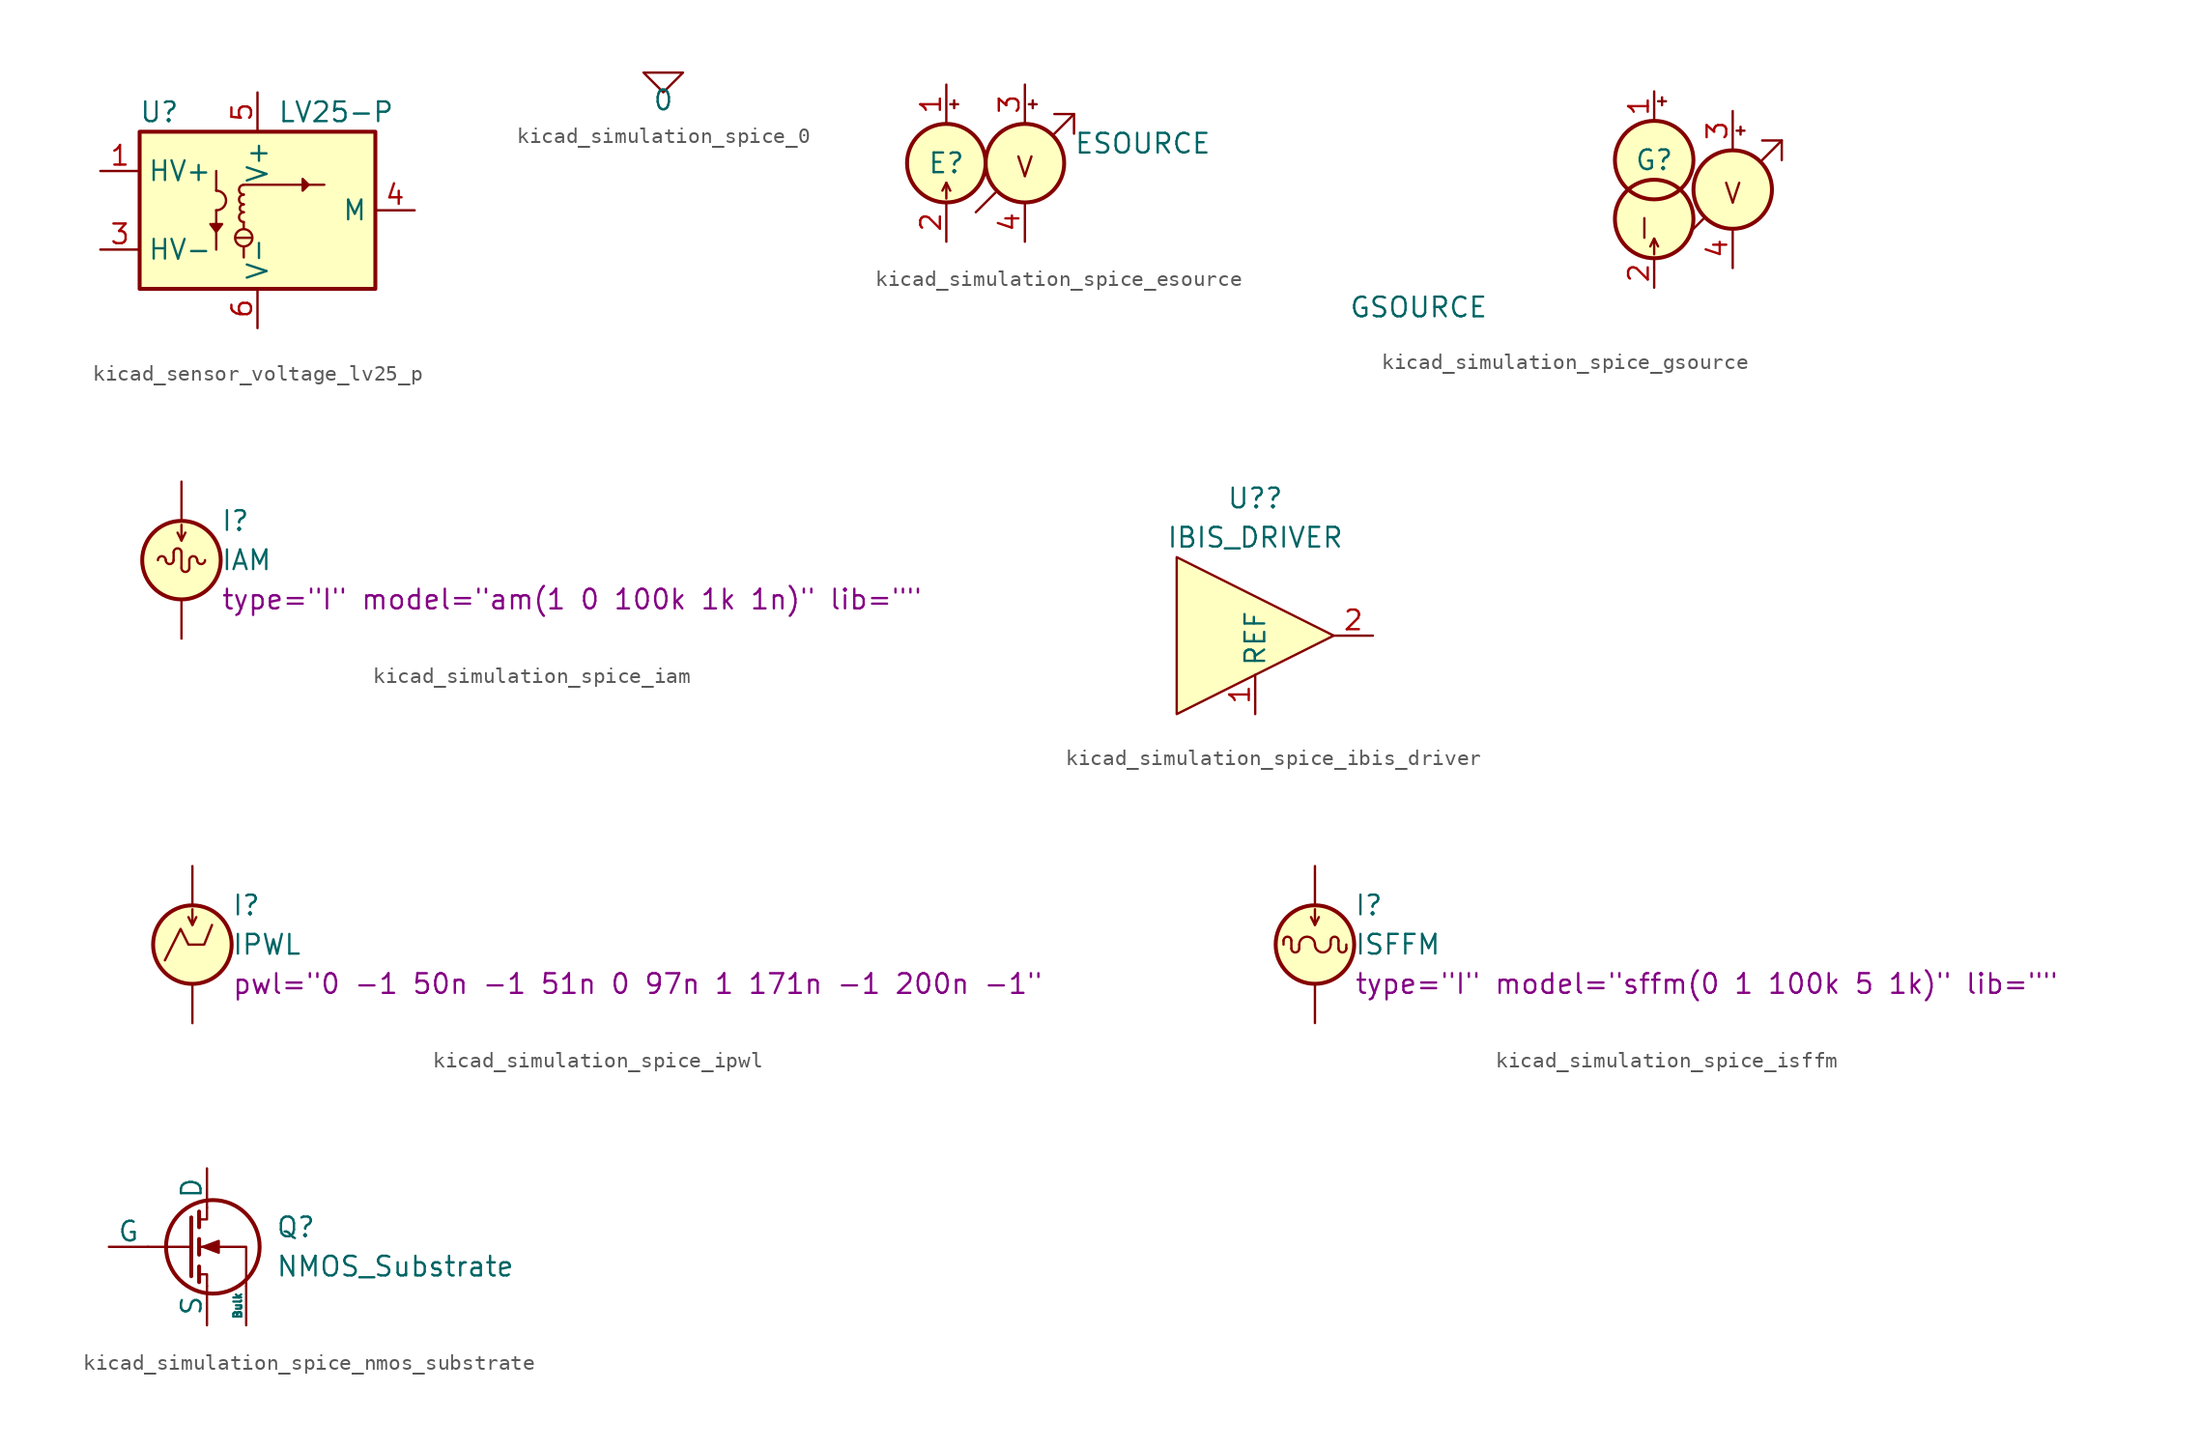
<source format=kicad_sym>
(kicad_symbol_lib
  (version 20220914)
  (generator kicad_symbol_editor)
  (symbol "kicad_sensor_voltage_lv25_p"
    (property "Reference" "U"
      (at -6.35 6.35 0)
      (effects (font (size 1.27 1.27))))
    (property "Value" "LV25-P"
      (at 5.08 6.35 0)
      (effects (font (size 1.27 1.27))))
    (symbol "kicad_sensor_voltage_lv25_p_0_1"
      (arc (start -2.667 0) (mid -2.0347 0.635) (end -2.667 1.27) (stroke (width 0) (type default)) (fill (type none)))
      (circle (center -0.889 -1.778) (radius 0.559) (stroke (width 0) (type default)) (fill (type none)))
      (arc (start -0.889 -0.127) (mid -1.1938 -0.4318) (end -0.889 -0.762) (stroke (width 0) (type default)) (fill (type none)))
      (arc (start -0.889 0.381) (mid -1.1419 0.127) (end -0.889 -0.127) (stroke (width 0) (type default)) (fill (type none)))
      (arc (start -0.889 1.016) (mid -1.1938 0.7112) (end -0.889 0.381) (stroke (width 0) (type default)) (fill (type none)))
      (arc (start -0.889 1.651) (mid -1.1938 1.3462) (end -0.889 1.016) (stroke (width 0) (type default)) (fill (type none)))
      (polyline (pts (xy -2.667 0) (xy -2.667 -2.54)) (stroke (width 0) (type default)) (fill (type none)))
      (polyline (pts (xy -2.667 2.54) (xy -2.667 1.27)) (stroke (width 0) (type default)) (fill (type none)))
      (polyline (pts (xy -1.397 -1.778) (xy -0.381 -1.778)) (stroke (width 0) (type default)) (fill (type none)))
      (polyline (pts (xy -0.889 -2.413) (xy -0.889 -3.048)) (stroke (width 0) (type default)) (fill (type none)))
      (polyline (pts (xy -0.889 -1.143) (xy -0.889 -0.762)) (stroke (width 0) (type default)) (fill (type none)))
      (polyline (pts (xy -0.889 1.651) (xy 4.318 1.651)) (stroke (width 0) (type default)) (fill (type none)))
      (polyline (pts (xy -2.921 -0.889) (xy -2.286 -0.889) (xy -2.667 -1.397) (xy -3.048 -0.889)) (stroke (width 0) (type default)) (fill (type outline)))
      (polyline (pts (xy 3.302 1.651) (xy 2.921 2.032) (xy 2.921 1.27) (xy 3.302 1.651)) (stroke (width 0) (type default)) (fill (type outline)))
      (rectangle (start 7.62 -5.08) (end -7.62 5.08) (stroke (width 0.254) (type default)) (fill (type background))))
    (symbol "kicad_sensor_voltage_lv25_p_1_1"
      (pin input line (at -10.16 2.54 0) (length 2.54) (name "HV+" (effects (font (size 1.27 1.27)))) (number "1" (effects (font (size 1.27 1.27)))))
      (pin input line (at -10.16 -2.54 0) (length 2.54) (name "HV-" (effects (font (size 1.27 1.27)))) (number "3" (effects (font (size 1.27 1.27)))))
      (pin output line (at 10.16 0 180) (length 2.54) (name "M" (effects (font (size 1.27 1.27)))) (number "4" (effects (font (size 1.27 1.27)))))
      (pin power_in line (at 0 7.62 270) (length 2.54) (name "V+" (effects (font (size 1.27 1.27)))) (number "5" (effects (font (size 1.27 1.27)))))
      (pin power_in line (at 0 -7.62 90) (length 2.54) (name "V-" (effects (font (size 1.27 1.27)))) (number "6" (effects (font (size 1.27 1.27)))))))
  (symbol "kicad_simulation_spice_0"
    (power)
    (pin_names
      (offset 0))
    (property "Reference" "#GND"
      (at 0 -2.54 0)
      (effects (font (size 1.27 1.27)) hide))
    (property "Value" "0"
      (at 0 -1.778 0)
      (effects (font (size 1.27 1.27))))
    (symbol "kicad_simulation_spice_0_0_1"
      (polyline (pts (xy -1.27 0) (xy 0 -1.27) (xy 1.27 0) (xy -1.27 0)) (stroke (width 0) (type default)) (fill (type none))))
    (symbol "kicad_simulation_spice_0_1_1"
      (pin power_in line (at 0 0 0) (length 0) hide (name "0" (effects (font (size 1.016 1.016)))) (number "1" (effects (font (size 1.016 1.016)))))))
  (symbol "kicad_simulation_spice_esource"
    (pin_names
      (offset 1.016) hide)
    (property "Reference" "E"
      (at 0 0 0)
      (effects (font (size 1.27 1.27))))
    (property "Value" "ESOURCE"
      (at 12.7 1.27 0)
      (effects (font (size 1.27 1.27))))
    (symbol "kicad_simulation_spice_esource_0_1"
      (polyline (pts (xy 0 -1.27) (xy 0 -2.286)) (stroke (width 0) (type default)) (fill (type none)))
      (polyline (pts (xy 0.254 -1.778) (xy 0 -1.27) (xy -0.254 -1.778)) (stroke (width 0) (type default)) (fill (type none)))
      (circle (center 0 0) (radius 2.54) (stroke (width 0.254) (type default)) (fill (type background))))
    (symbol "kicad_simulation_spice_esource_1_1"
      (polyline (pts (xy 0.254 3.81) (xy 0.762 3.81)) (stroke (width 0) (type default)) (fill (type none)))
      (polyline (pts (xy 0.508 4.064) (xy 0.508 3.556)) (stroke (width 0) (type default)) (fill (type none)))
      (polyline (pts (xy 1.905 -3.175) (xy 3.175 -1.905)) (stroke (width 0) (type default)) (fill (type none)))
      (polyline (pts (xy 5.334 3.81) (xy 5.842 3.81)) (stroke (width 0) (type default)) (fill (type none)))
      (polyline (pts (xy 5.588 4.064) (xy 5.588 3.556)) (stroke (width 0) (type default)) (fill (type none)))
      (polyline (pts (xy 6.985 1.905) (xy 8.255 3.175)) (stroke (width 0) (type default)) (fill (type none)))
      (polyline (pts (xy 6.985 3.175) (xy 8.255 3.175) (xy 8.255 1.905)) (stroke (width 0) (type default)) (fill (type none)))
      (circle (center 5.08 0) (radius 2.54) (stroke (width 0.254) (type default)) (fill (type background)))
      (text "V" (at 5.08 -0.254 0) (effects (font (size 1.27 1.27))))
      (pin input line (at 0 5.08 270) (length 2.54) (name "N+" (effects (font (size 1.27 1.27)))) (number "1" (effects (font (size 1.27 1.27)))))
      (pin input line (at 0 -5.08 90) (length 2.54) (name "N-" (effects (font (size 1.27 1.27)))) (number "2" (effects (font (size 1.27 1.27)))))
      (pin passive line (at 5.08 5.08 270) (length 2.54) (name "C+" (effects (font (size 1.27 1.27)))) (number "3" (effects (font (size 1.27 1.27)))))
      (pin passive line (at 5.08 -5.08 90) (length 2.54) (name "C-" (effects (font (size 1.27 1.27)))) (number "4" (effects (font (size 1.27 1.27)))))))
  (symbol "kicad_simulation_spice_gsource"
    (pin_names
      (offset 1.016) hide)
    (property "Reference" "G"
      (at 0 1.905 0)
      (effects (font (size 1.27 1.27))))
    (property "Value" "GSOURCE"
      (at -15.24 -7.62 0)
      (effects (font (size 1.27 1.27))))
    (symbol "kicad_simulation_spice_gsource_0_1"
      (circle (center 0 -1.905) (radius 2.54) (stroke (width 0.254) (type default)) (fill (type background)))
      (polyline (pts (xy 0 -3.175) (xy 0 -4.191)) (stroke (width 0) (type default)) (fill (type none)))
      (polyline (pts (xy 0.254 -3.683) (xy 0 -3.175) (xy -0.254 -3.683)) (stroke (width 0) (type default)) (fill (type none)))
      (circle (center 0 1.905) (radius 2.54) (stroke (width 0.254) (type default)) (fill (type background)))
      (text "I" (at -0.635 -2.54 0) (effects (font (size 1.27 1.27)))))
    (symbol "kicad_simulation_spice_gsource_1_1"
      (polyline (pts (xy 0.254 5.715) (xy 0.762 5.715)) (stroke (width 0) (type default)) (fill (type none)))
      (polyline (pts (xy 0.508 5.969) (xy 0.508 5.461)) (stroke (width 0) (type default)) (fill (type none)))
      (polyline (pts (xy 2.54 -2.54) (xy 3.175 -1.905)) (stroke (width 0) (type default)) (fill (type none)))
      (polyline (pts (xy 5.334 3.81) (xy 5.842 3.81)) (stroke (width 0) (type default)) (fill (type none)))
      (polyline (pts (xy 5.588 4.064) (xy 5.588 3.556)) (stroke (width 0) (type default)) (fill (type none)))
      (polyline (pts (xy 6.985 1.905) (xy 8.255 3.175)) (stroke (width 0) (type default)) (fill (type none)))
      (polyline (pts (xy 6.985 3.175) (xy 8.255 3.175) (xy 8.255 1.905)) (stroke (width 0) (type default)) (fill (type none)))
      (circle (center 5.08 0) (radius 2.54) (stroke (width 0.254) (type default)) (fill (type background)))
      (text "V" (at 5.08 -0.254 0) (effects (font (size 1.27 1.27))))
      (pin input line (at 0 6.35 270) (length 1.905) (name "N+" (effects (font (size 1.27 1.27)))) (number "1" (effects (font (size 1.27 1.27)))))
      (pin input line (at 0 -6.35 90) (length 1.905) (name "N-" (effects (font (size 1.27 1.27)))) (number "2" (effects (font (size 1.27 1.27)))))
      (pin passive line (at 5.08 5.08 270) (length 2.54) (name "C+" (effects (font (size 1.27 1.27)))) (number "3" (effects (font (size 1.27 1.27)))))
      (pin passive line (at 5.08 -5.08 90) (length 2.54) (name "C-" (effects (font (size 1.27 1.27)))) (number "4" (effects (font (size 1.27 1.27)))))))
  (symbol "kicad_simulation_spice_iam"
    (pin_numbers hide)
    (pin_names
      (offset 0.025))
    (property "Reference" "I"
      (at 2.54 2.54 0)
      (effects (font (size 1.27 1.27)) (justify left)))
    (property "Value" "IAM"
      (at 2.54 0 0)
      (effects (font (size 1.27 1.27)) (justify left)))
    (property "Sim.Params" "type=\"I\" model=\"am(1 0 100k 1k 1n)\" lib=\"\""
      (at 2.54 -2.54 0)
      (effects (font (size 1.27 1.27)) (justify left)))
    (symbol "kicad_simulation_spice_iam_0_0"
      (arc (start 0 0.508) (mid -0.254 0.7609) (end -0.508 0.508) (stroke (width 0) (type default)) (fill (type none))))
    (symbol "kicad_simulation_spice_iam_0_1"
      (arc (start -1.016 0) (mid -1.27 0.2529) (end -1.524 0) (stroke (width 0) (type default)) (fill (type none)))
      (arc (start -1.016 0) (mid -0.762 -0.2529) (end -0.508 0) (stroke (width 0) (type default)) (fill (type none)))
      (arc (start 0 -0.508) (mid 0.254 -0.7609) (end 0.508 -0.508) (stroke (width 0) (type default)) (fill (type none)))
      (polyline (pts (xy -0.508 0.508) (xy -0.508 0)) (stroke (width 0) (type default)) (fill (type none)))
      (polyline (pts (xy 0 0.508) (xy 0 -0.508)) (stroke (width 0) (type default)) (fill (type none)))
      (polyline (pts (xy 0 1.27) (xy 0 2.286)) (stroke (width 0) (type default)) (fill (type none)))
      (polyline (pts (xy 0.508 -0.508) (xy 0.508 0)) (stroke (width 0) (type default)) (fill (type none)))
      (polyline (pts (xy -0.254 1.778) (xy 0 1.27) (xy 0.254 1.778)) (stroke (width 0) (type default)) (fill (type none)))
      (circle (center 0 0) (radius 2.54) (stroke (width 0.254) (type default)) (fill (type background)))
      (arc (start 1.016 0) (mid 0.762 0.2529) (end 0.508 0) (stroke (width 0) (type default)) (fill (type none)))
      (arc (start 1.016 0) (mid 1.27 -0.2529) (end 1.524 0) (stroke (width 0) (type default)) (fill (type none))))
    (symbol "kicad_simulation_spice_iam_1_1"
      (pin passive line (at 0 5.08 270) (length 2.54) (name "~" (effects (font (size 1.27 1.27)))) (number "1" (effects (font (size 1.27 1.27)))))
      (pin passive line (at 0 -5.08 90) (length 2.54) (name "~" (effects (font (size 1.27 1.27)))) (number "2" (effects (font (size 1.27 1.27)))))))
  (symbol "kicad_simulation_spice_ibis_driver"
    (property "Reference" "U?"
      (at 0 8.89 0)
      (effects (font (size 1.27 1.27))))
    (property "Value" "IBIS_DRIVER"
      (at 0 6.35 0)
      (effects (font (size 1.27 1.27))))
    (symbol "kicad_simulation_spice_ibis_driver_0_1"
      (polyline (pts (xy 5.08 0) (xy -5.08 5.08) (xy -5.08 -5.08) (xy 5.08 0)) (stroke (width 0) (type default)) (fill (type background))))
    (symbol "kicad_simulation_spice_ibis_driver_1_1"
      (pin power_in line (at 0 -5.08 90) (length 2.54) (name "REF" (effects (font (size 1.27 1.27)))) (number "1" (effects (font (size 1.27 1.27)))))
      (pin bidirectional line (at 7.62 0 180) (length 2.54) (name "" (effects (font (size 1.27 1.27)))) (number "2" (effects (font (size 1.27 1.27)))))))
  (symbol "kicad_simulation_spice_ipwl"
    (pin_numbers hide)
    (pin_names
      (offset 0.025))
    (property "Reference" "I"
      (at 2.54 2.54 0)
      (effects (font (size 1.27 1.27)) (justify left)))
    (property "Value" "IPWL"
      (at 2.54 0 0)
      (effects (font (size 1.27 1.27)) (justify left)))
    (property "Sim.Params" "pwl=\"0 -1 50n -1 51n 0 97n 1 171n -1 200n -1\""
      (at 2.54 -2.54 0)
      (effects (font (size 1.27 1.27)) (justify left)))
    (symbol "kicad_simulation_spice_ipwl_0_0"
      (polyline (pts (xy -1.778 -1.016) (xy -0.762 1.016) (xy -0.254 0) (xy 0.762 0) (xy 1.27 1.27)) (stroke (width 0) (type default)) (fill (type none))))
    (symbol "kicad_simulation_spice_ipwl_0_1"
      (polyline (pts (xy 0 1.27) (xy 0 2.286)) (stroke (width 0) (type default)) (fill (type none)))
      (polyline (pts (xy -0.254 1.778) (xy 0 1.27) (xy 0.254 1.778)) (stroke (width 0) (type default)) (fill (type none)))
      (circle (center 0 0) (radius 2.54) (stroke (width 0.254) (type default)) (fill (type background))))
    (symbol "kicad_simulation_spice_ipwl_1_1"
      (pin passive line (at 0 5.08 270) (length 2.54) (name "~" (effects (font (size 1.27 1.27)))) (number "1" (effects (font (size 1.27 1.27)))))
      (pin passive line (at 0 -5.08 90) (length 2.54) (name "~" (effects (font (size 1.27 1.27)))) (number "2" (effects (font (size 1.27 1.27)))))))
  (symbol "kicad_simulation_spice_isffm"
    (pin_numbers hide)
    (pin_names
      (offset 0.025))
    (property "Reference" "I"
      (at 2.54 2.54 0)
      (effects (font (size 1.27 1.27)) (justify left)))
    (property "Value" "ISFFM"
      (at 2.54 0 0)
      (effects (font (size 1.27 1.27)) (justify left)))
    (property "Sim.Params" "type=\"I\" model=\"sffm(0 1 100k 5 1k)\" lib=\"\""
      (at 2.54 -2.54 0)
      (effects (font (size 1.27 1.27)) (justify left)))
    (symbol "kicad_simulation_spice_isffm_0_1"
      (arc (start -1.524 -0.254) (mid -1.27 -0.5069) (end -1.016 -0.254) (stroke (width 0) (type default)) (fill (type none)))
      (arc (start -1.524 0.254) (mid -1.778 0.5069) (end -2.032 0.254) (stroke (width 0) (type default)) (fill (type none)))
      (arc (start 0 0) (mid -0.508 0.5058) (end -1.016 0) (stroke (width 0) (type default)) (fill (type none)))
      (polyline (pts (xy -2.032 0.254) (xy -2.032 0)) (stroke (width 0) (type default)) (fill (type none)))
      (polyline (pts (xy -1.524 -0.254) (xy -1.524 0.254)) (stroke (width 0) (type default)) (fill (type none)))
      (polyline (pts (xy -1.016 0) (xy -1.016 -0.254)) (stroke (width 0) (type default)) (fill (type none)))
      (polyline (pts (xy 0 1.27) (xy 0 2.286)) (stroke (width 0) (type default)) (fill (type none)))
      (polyline (pts (xy 1.016 0.254) (xy 1.016 0)) (stroke (width 0) (type default)) (fill (type none)))
      (polyline (pts (xy 1.524 0.254) (xy 1.524 -0.254)) (stroke (width 0) (type default)) (fill (type none)))
      (polyline (pts (xy 2.032 -0.254) (xy 2.032 0)) (stroke (width 0) (type default)) (fill (type none)))
      (polyline (pts (xy -0.254 1.778) (xy 0 1.27) (xy 0.254 1.778)) (stroke (width 0) (type default)) (fill (type none)))
      (arc (start 0 0) (mid 0.508 -0.5058) (end 1.016 0) (stroke (width 0) (type default)) (fill (type none)))
      (circle (center 0 0) (radius 2.54) (stroke (width 0.254) (type default)) (fill (type background)))
      (arc (start 1.524 -0.254) (mid 1.778 -0.5069) (end 2.032 -0.254) (stroke (width 0) (type default)) (fill (type none)))
      (arc (start 1.524 0.254) (mid 1.27 0.5069) (end 1.016 0.254) (stroke (width 0) (type default)) (fill (type none))))
    (symbol "kicad_simulation_spice_isffm_1_1"
      (pin passive line (at 0 5.08 270) (length 2.54) (name "~" (effects (font (size 1.27 1.27)))) (number "1" (effects (font (size 1.27 1.27)))))
      (pin passive line (at 0 -5.08 90) (length 2.54) (name "~" (effects (font (size 1.27 1.27)))) (number "2" (effects (font (size 1.27 1.27)))))))
  (symbol "kicad_simulation_spice_nmos_substrate"
    (pin_numbers hide)
    (pin_names
      (offset 0))
    (property "Reference" "Q"
      (at 6.985 1.27 0)
      (effects (font (size 1.27 1.27)) (justify left)))
    (property "Value" "NMOS_Substrate"
      (at 6.985 -1.27 0)
      (effects (font (size 1.27 1.27)) (justify left)))
    (symbol "kicad_simulation_spice_nmos_substrate_0_1"
      (polyline (pts (xy 1.524 0) (xy -1.27 0)) (stroke (width 0) (type default)) (fill (type none)))
      (polyline (pts (xy 1.524 1.905) (xy 1.524 -1.905)) (stroke (width 0.254) (type default)) (fill (type none)))
      (polyline (pts (xy 2.032 -1.27) (xy 2.032 -2.286)) (stroke (width 0.254) (type default)) (fill (type none)))
      (polyline (pts (xy 2.032 0.508) (xy 2.032 -0.508)) (stroke (width 0.254) (type default)) (fill (type none)))
      (polyline (pts (xy 2.032 2.286) (xy 2.032 1.27)) (stroke (width 0.254) (type default)) (fill (type none)))
      (polyline (pts (xy 2.032 1.778) (xy 2.54 1.778) (xy 2.54 2.54)) (stroke (width 0) (type default)) (fill (type none)))
      (polyline (pts (xy 2.54 -2.54) (xy 2.54 -1.778) (xy 2.032 -1.778)) (stroke (width 0) (type default)) (fill (type none)))
      (polyline (pts (xy 5.08 -2.54) (xy 5.08 0) (xy 2.032 0)) (stroke (width 0) (type default)) (fill (type none)))
      (polyline (pts (xy 2.286 0) (xy 3.302 0.381) (xy 3.302 -0.381) (xy 2.286 0)) (stroke (width 0) (type default)) (fill (type outline)))
      (circle (center 2.921 0) (radius 3.029) (stroke (width 0.254) (type default)) (fill (type none))))
    (symbol "kicad_simulation_spice_nmos_substrate_1_1"
      (pin passive line (at 2.54 5.08 270) (length 2.54) (name "D" (effects (font (size 1.27 1.27)))) (number "1" (effects (font (size 1.27 1.27)))))
      (pin input line (at -3.81 0 0) (length 2.54) (name "G" (effects (font (size 1.27 1.27)))) (number "2" (effects (font (size 1.27 1.27)))))
      (pin passive line (at 2.54 -5.08 90) (length 2.54) (name "S" (effects (font (size 1.27 1.27)))) (number "3" (effects (font (size 1.27 1.27)))))
      (pin input line (at 5.08 -5.08 90) (length 2.54) (name "Bulk" (effects (font (size 0.508 0.508)))) (number "4" (effects (font (size 1.27 1.27))))))))
</source>
